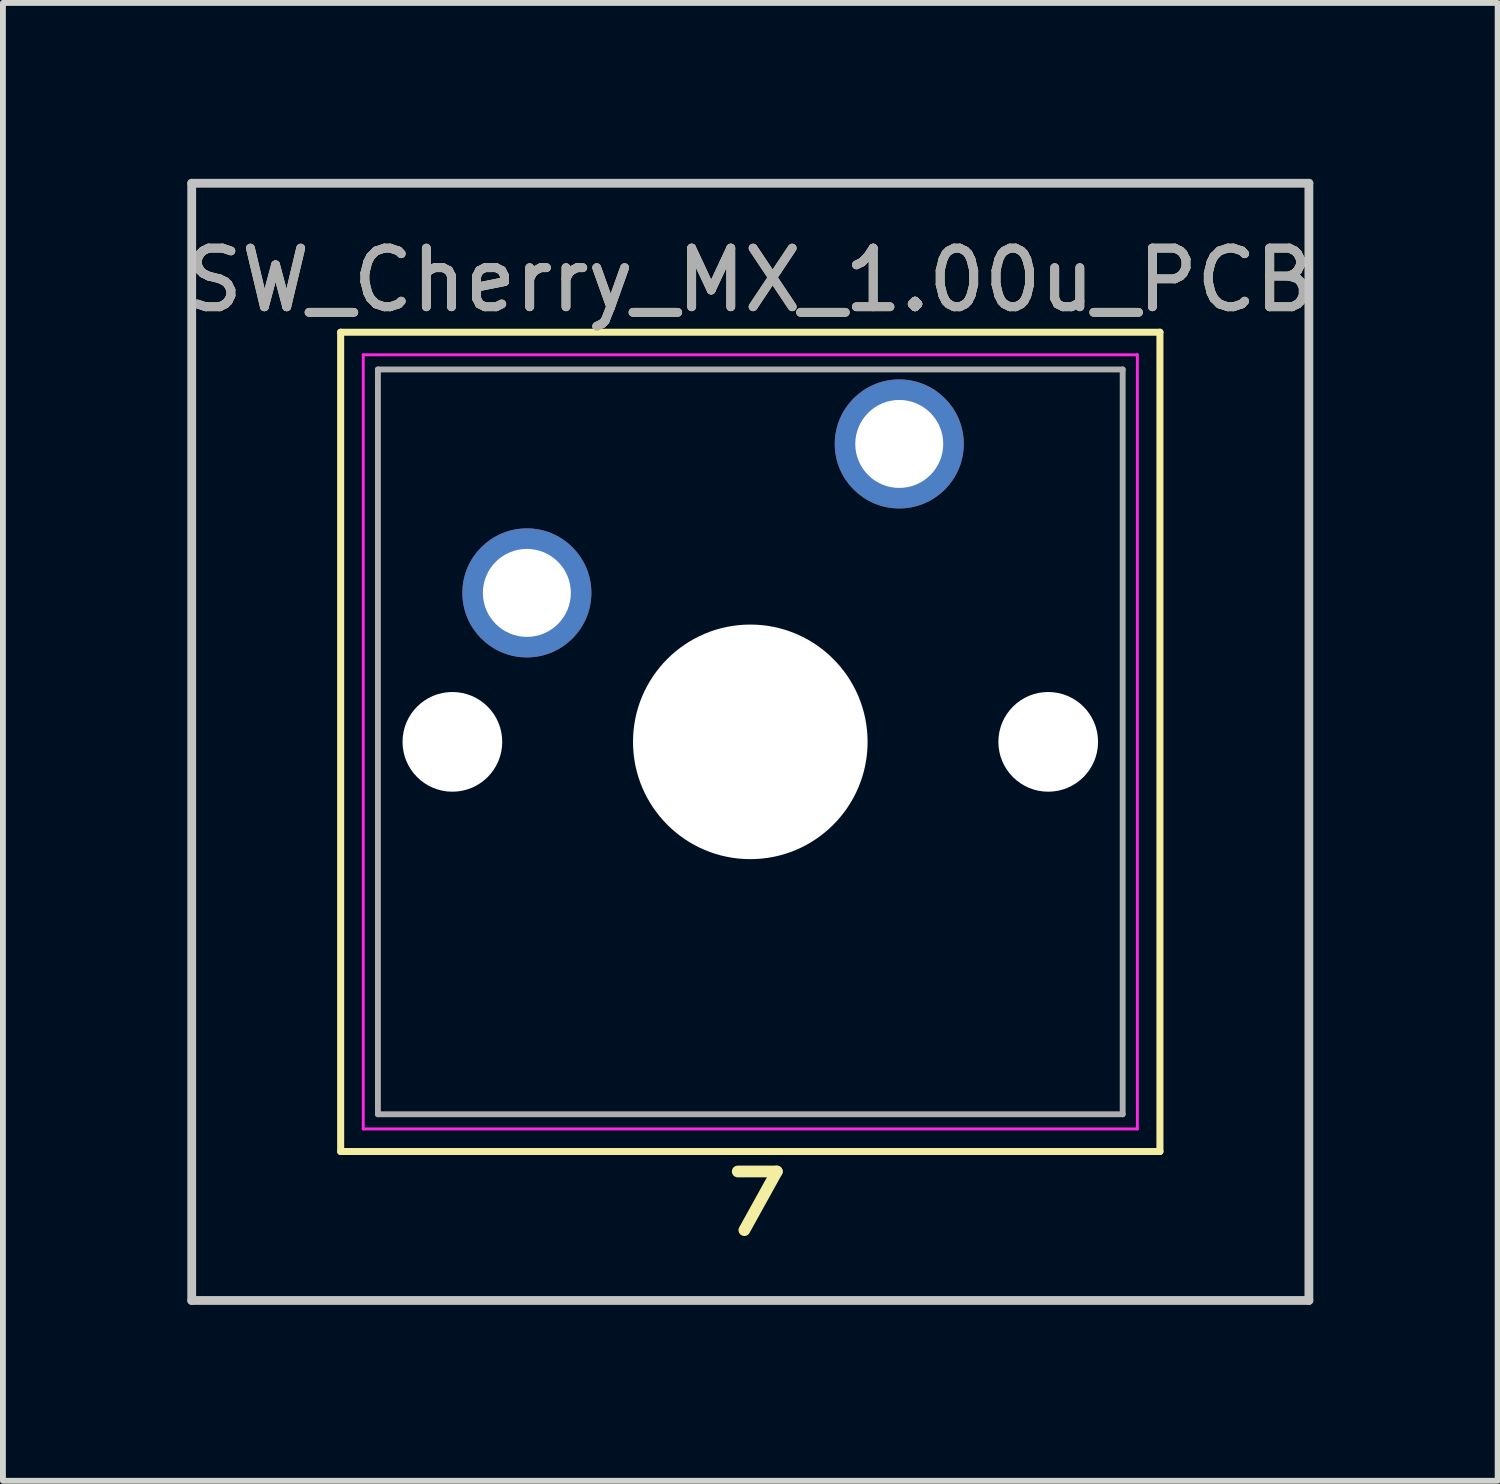
<source format=kicad_pcb>
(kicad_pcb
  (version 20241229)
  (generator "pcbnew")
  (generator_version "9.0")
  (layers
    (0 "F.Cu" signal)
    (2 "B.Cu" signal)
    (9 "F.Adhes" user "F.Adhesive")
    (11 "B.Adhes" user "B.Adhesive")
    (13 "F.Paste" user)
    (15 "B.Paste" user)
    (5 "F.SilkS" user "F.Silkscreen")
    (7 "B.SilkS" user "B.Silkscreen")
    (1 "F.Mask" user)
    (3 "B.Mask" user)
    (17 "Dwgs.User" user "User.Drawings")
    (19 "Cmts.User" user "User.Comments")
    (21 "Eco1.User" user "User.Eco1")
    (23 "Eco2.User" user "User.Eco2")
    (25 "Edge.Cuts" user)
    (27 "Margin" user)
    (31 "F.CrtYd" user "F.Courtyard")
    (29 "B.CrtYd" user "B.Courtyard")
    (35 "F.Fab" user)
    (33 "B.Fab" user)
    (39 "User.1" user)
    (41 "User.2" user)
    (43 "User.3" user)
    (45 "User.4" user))
  (footprint "SW_Cherry_MX_1.00u_PCB"
    (layer "F.Cu")
    (at 12.284 4.52)
    (property "Reference" "SW_Cherry_MX_1.00u_PCB" (at -2.54 -2.794 0) (layer "F.SilkS") (effects (font (size 1 1) (thickness 0.15))))
    (attr through_hole)
    (fp_line (start -9.525 -1.905) (end 4.445 -1.905) (stroke (width 0.12) (type solid)) (layer "F.SilkS"))
    (fp_line (start -9.525 12.065) (end -9.525 -1.905) (stroke (width 0.12) (type solid)) (layer "F.SilkS"))
    (fp_line (start 4.445 -1.905) (end 4.445 12.065) (stroke (width 0.12) (type solid)) (layer "F.SilkS"))
    (fp_line (start 4.445 12.065) (end -9.525 12.065) (stroke (width 0.12) (type solid)) (layer "F.SilkS"))
    (fp_line (start -12.065 -4.445) (end 6.985 -4.445) (stroke (width 0.15) (type solid)) (layer "Dwgs.User"))
    (fp_line (start -12.065 14.605) (end -12.065 -4.445) (stroke (width 0.15) (type solid)) (layer "Dwgs.User"))
    (fp_line (start 6.985 -4.445) (end 6.985 14.605) (stroke (width 0.15) (type solid)) (layer "Dwgs.User"))
    (fp_line (start 6.985 14.605) (end -12.065 14.605) (stroke (width 0.15) (type solid)) (layer "Dwgs.User"))
    (fp_line (start -9.14 -1.52) (end 4.06 -1.52) (stroke (width 0.05) (type solid)) (layer "F.CrtYd"))
    (fp_line (start -9.14 11.68) (end -9.14 -1.52) (stroke (width 0.05) (type solid)) (layer "F.CrtYd"))
    (fp_line (start 4.06 -1.52) (end 4.06 11.68) (stroke (width 0.05) (type solid)) (layer "F.CrtYd"))
    (fp_line (start 4.06 11.68) (end -9.14 11.68) (stroke (width 0.05) (type solid)) (layer "F.CrtYd"))
    (fp_line (start -8.89 -1.27) (end 3.81 -1.27) (stroke (width 0.1) (type solid)) (layer "F.Fab"))
    (fp_line (start -8.89 11.43) (end -8.89 -1.27) (stroke (width 0.1) (type solid)) (layer "F.Fab"))
    (fp_line (start 3.81 -1.27) (end 3.81 11.43) (stroke (width 0.1) (type solid)) (layer "F.Fab"))
    (fp_line (start 3.81 11.43) (end -8.89 11.43) (stroke (width 0.1) (type solid)) (layer "F.Fab"))
    (fp_text user "7" (at -2.54 12.954 0) (unlocked yes) (layer "F.SilkS") (effects (font (size 1 1) (thickness 0.2) (bold yes) (italic yes))))
    (fp_text user "${REFERENCE}" (at -2.54 -2.794 0) (layer "F.Fab") (effects (font (size 1 1) (thickness 0.15))))
    (pad "" np_thru_hole circle (at -7.62 5.08) (size 1.7 1.7) (drill 1.7) (layers "*.Cu" "*.Mask"))
    (pad "" np_thru_hole circle (at -2.54 5.08) (size 4 4) (drill 4) (layers "*.Cu" "*.Mask"))
    (pad "" np_thru_hole circle (at 2.54 5.08) (size 1.7 1.7) (drill 1.7) (layers "*.Cu" "*.Mask"))
    (pad "1" thru_hole circle (at 0 0) (size 2.2 2.2) (drill 1.5) (layers "*.Cu" "*.Mask"))
    (pad "2" thru_hole circle (at -6.35 2.54) (size 2.2 2.2) (drill 1.5) (layers "*.Cu" "*.Mask")))
  (gr_rect
    (start -3 -3)
    (end 22.488 22.2)
    (stroke (width 0.1) (type default))
    (fill no)
    (layer "Edge.Cuts")))
</source>
